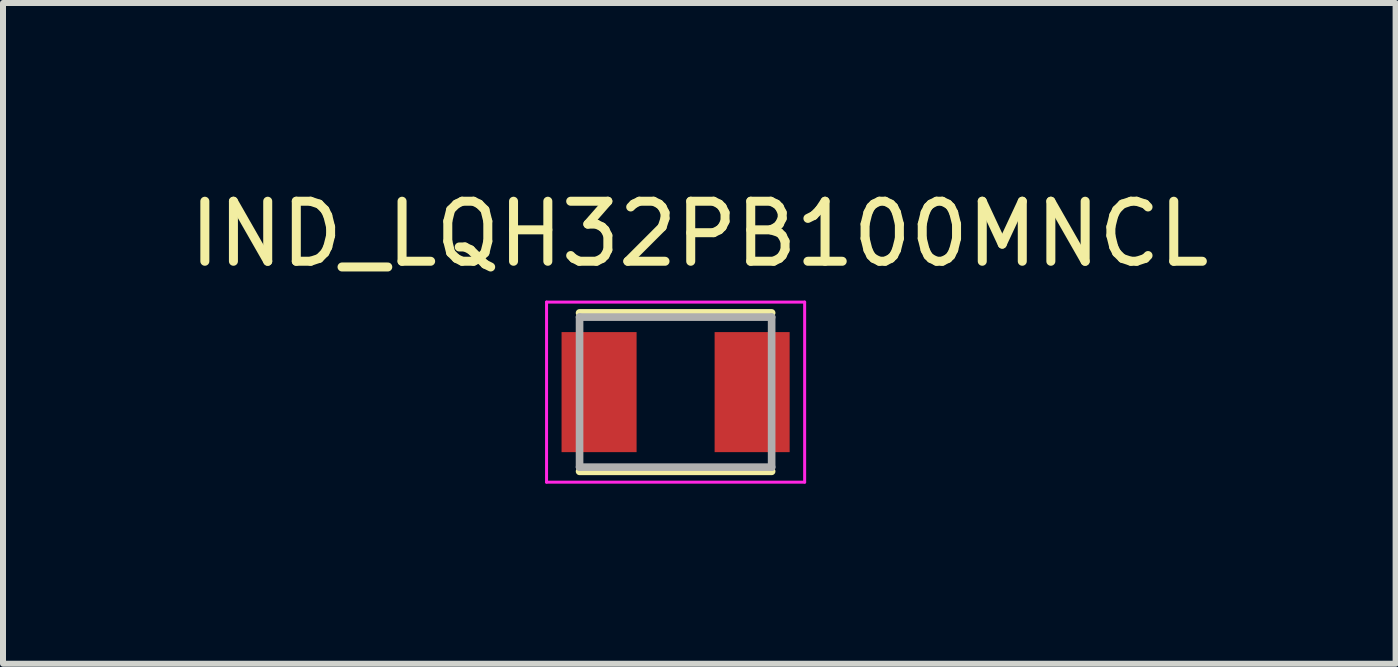
<source format=kicad_pcb>
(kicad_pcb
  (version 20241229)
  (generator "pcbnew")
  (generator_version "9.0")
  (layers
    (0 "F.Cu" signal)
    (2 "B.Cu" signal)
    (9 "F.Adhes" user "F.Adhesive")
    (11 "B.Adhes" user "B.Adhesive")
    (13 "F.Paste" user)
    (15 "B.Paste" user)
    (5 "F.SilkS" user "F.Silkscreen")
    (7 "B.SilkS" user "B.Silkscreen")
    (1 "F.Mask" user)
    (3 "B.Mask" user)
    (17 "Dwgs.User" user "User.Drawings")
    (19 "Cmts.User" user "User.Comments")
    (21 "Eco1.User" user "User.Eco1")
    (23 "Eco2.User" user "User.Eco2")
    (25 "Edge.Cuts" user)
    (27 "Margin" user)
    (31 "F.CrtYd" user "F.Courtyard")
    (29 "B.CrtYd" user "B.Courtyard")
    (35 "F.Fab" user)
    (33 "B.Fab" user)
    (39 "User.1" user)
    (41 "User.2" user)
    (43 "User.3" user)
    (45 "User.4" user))
  (footprint "IND_LQH32PB100MNCL"
    (layer "F.Cu")
    (at 8.206 3.483)
    (property "Reference" "IND_LQH32PB100MNCL" (at 0.395 -2.635 0) (layer "F.SilkS") (effects (font (size 1 1) (thickness 0.15))))
    (attr smd)
    (fp_line (start -1.6 -1.32) (end 1.6 -1.32) (stroke (width 0.127) (type solid)) (layer "F.SilkS"))
    (fp_line (start -1.6 1.32) (end 1.6 1.32) (stroke (width 0.127) (type solid)) (layer "F.SilkS"))
    (fp_line (start -2.15 -1.5) (end 2.15 -1.5) (stroke (width 0.05) (type solid)) (layer "F.CrtYd"))
    (fp_line (start -2.15 1.5) (end -2.15 -1.5) (stroke (width 0.05) (type solid)) (layer "F.CrtYd"))
    (fp_line (start 2.15 -1.5) (end 2.15 1.5) (stroke (width 0.05) (type solid)) (layer "F.CrtYd"))
    (fp_line (start 2.15 1.5) (end -2.15 1.5) (stroke (width 0.05) (type solid)) (layer "F.CrtYd"))
    (fp_line (start -1.6 -1.25) (end 1.6 -1.25) (stroke (width 0.127) (type solid)) (layer "F.Fab"))
    (fp_line (start -1.6 1.25) (end -1.6 -1.25) (stroke (width 0.127) (type solid)) (layer "F.Fab"))
    (fp_line (start 1.6 -1.25) (end 1.6 1.25) (stroke (width 0.127) (type solid)) (layer "F.Fab"))
    (fp_line (start 1.6 1.25) (end -1.6 1.25) (stroke (width 0.127) (type solid)) (layer "F.Fab"))
    (pad "1" smd rect (at -1.275 0) (size 1.25 2) (layers "F.Cu" "F.Mask" "F.Paste"))
    (pad "2" smd rect (at 1.275 0) (size 1.25 2) (layers "F.Cu" "F.Mask" "F.Paste")))
  (gr_rect
    (start -3 -3)
    (end 20.202 8.008)
    (stroke (width 0.1) (type default))
    (fill no)
    (layer "Edge.Cuts")))
</source>
